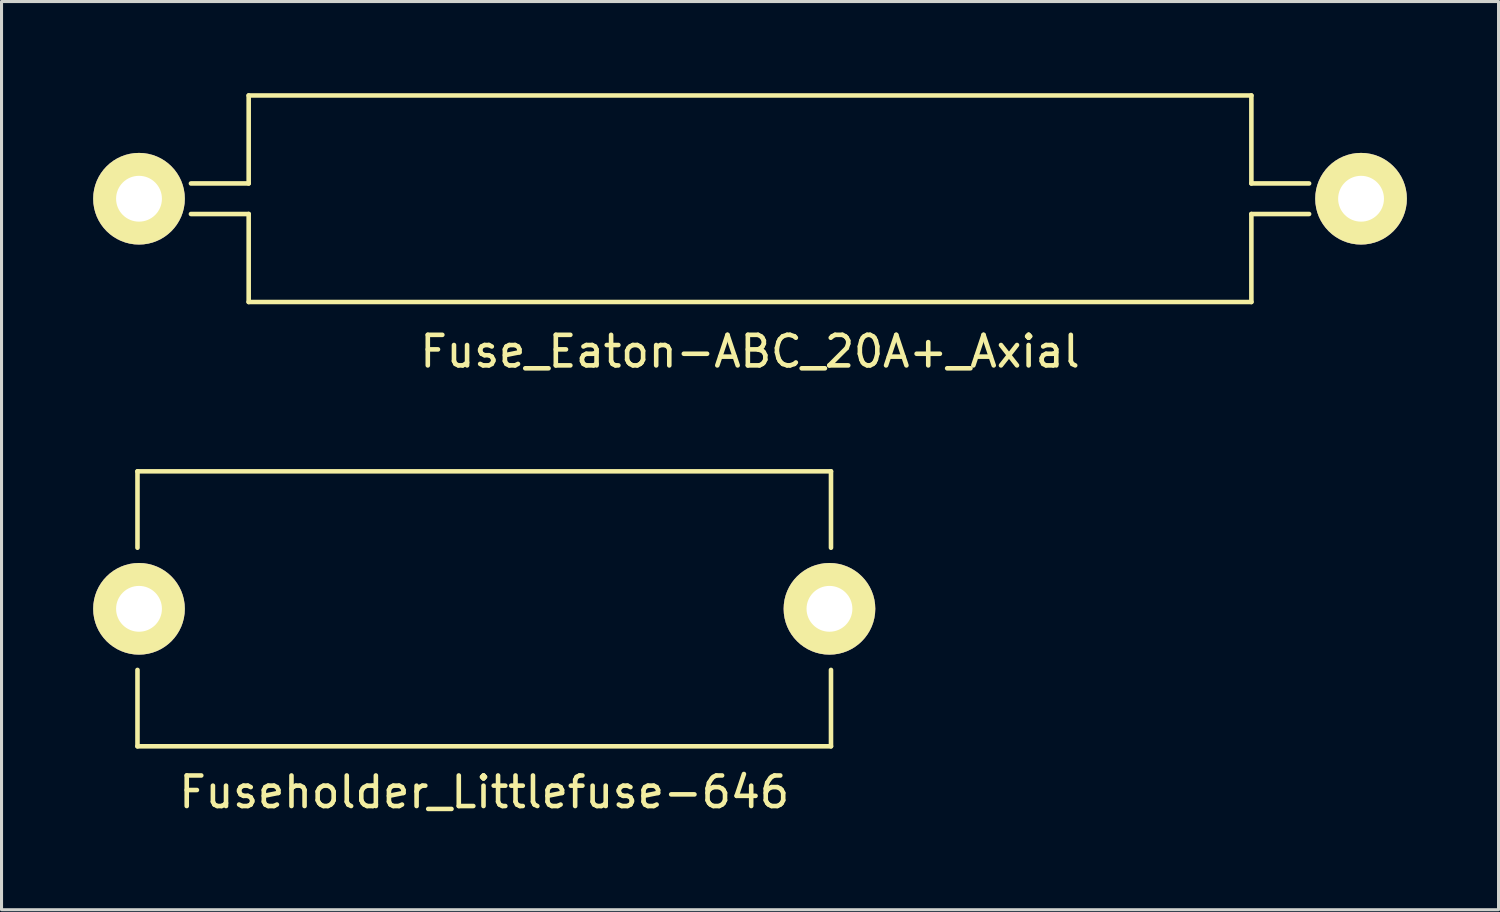
<source format=kicad_pcb>
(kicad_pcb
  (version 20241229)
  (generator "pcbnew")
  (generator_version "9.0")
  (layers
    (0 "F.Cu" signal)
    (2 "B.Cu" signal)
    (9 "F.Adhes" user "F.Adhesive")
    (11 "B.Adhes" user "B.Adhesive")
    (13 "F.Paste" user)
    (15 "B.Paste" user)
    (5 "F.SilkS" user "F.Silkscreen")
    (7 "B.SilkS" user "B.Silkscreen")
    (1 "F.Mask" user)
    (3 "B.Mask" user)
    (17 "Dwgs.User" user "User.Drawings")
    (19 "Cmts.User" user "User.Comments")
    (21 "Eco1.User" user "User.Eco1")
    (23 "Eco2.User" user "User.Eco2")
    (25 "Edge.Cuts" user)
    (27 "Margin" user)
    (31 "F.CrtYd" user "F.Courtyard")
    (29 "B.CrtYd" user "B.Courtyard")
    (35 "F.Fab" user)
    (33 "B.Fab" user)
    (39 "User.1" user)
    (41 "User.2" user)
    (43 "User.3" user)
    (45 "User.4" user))
  (footprint "Fuse_Eaton-ABC_20A+_Axial"
    (layer "F.Cu")
    (at 21.5 3.455)
    (property "Reference" "Fuse_Eaton-ABC_20A+_Axial" (at 0 5 0) (layer "F.SilkS") (effects (font (size 1 1) (thickness 0.15))))
    (attr through_hole)
    (fp_line (start -18.3 -0.5) (end -16.41 -0.5) (stroke (width 0.15) (type solid)) (layer "F.SilkS"))
    (fp_line (start -18.3 0.5) (end -16.41 0.5) (stroke (width 0.15) (type solid)) (layer "F.SilkS"))
    (fp_line (start -16.41 -3.38) (end -16.41 -0.5) (stroke (width 0.15) (type solid)) (layer "F.SilkS"))
    (fp_line (start -16.41 -3.38) (end 16.41 -3.38) (stroke (width 0.15) (type solid)) (layer "F.SilkS"))
    (fp_line (start -16.41 0.5) (end -16.41 3.38) (stroke (width 0.15) (type solid)) (layer "F.SilkS"))
    (fp_line (start -16.41 3.38) (end 16.41 3.38) (stroke (width 0.15) (type solid)) (layer "F.SilkS"))
    (fp_line (start 16.41 -3.38) (end 16.41 -0.5) (stroke (width 0.15) (type solid)) (layer "F.SilkS"))
    (fp_line (start 16.41 -0.5) (end 18.3 -0.5) (stroke (width 0.15) (type solid)) (layer "F.SilkS"))
    (fp_line (start 16.41 0.5) (end 16.41 3.38) (stroke (width 0.15) (type solid)) (layer "F.SilkS"))
    (fp_line (start 16.41 0.5) (end 18.3 0.5) (stroke (width 0.15) (type solid)) (layer "F.SilkS"))
    (pad "1" thru_hole circle (at -20 0) (size 3 3) (drill 1.5) (layers "*.Cu" "*.Mask" "F.SilkS"))
    (pad "2" thru_hole circle (at 20 0) (size 3 3) (drill 1.5) (layers "*.Cu" "*.Mask" "F.SilkS")))
  (footprint "Fuseholder_Littlefuse-646"
    (layer "F.Cu")
    (at 12.8 16.878)
    (property "Reference" "Fuseholder_Littlefuse-646" (at 0 6 0) (layer "F.SilkS") (effects (font (size 1 1) (thickness 0.15))))
    (attr through_hole)
    (fp_line (start -11.35 -4.5) (end -11.35 -2) (stroke (width 0.15) (type solid)) (layer "F.SilkS"))
    (fp_line (start -11.35 -4.5) (end 11.35 -4.5) (stroke (width 0.15) (type solid)) (layer "F.SilkS"))
    (fp_line (start -11.35 2) (end -11.35 4.5) (stroke (width 0.15) (type solid)) (layer "F.SilkS"))
    (fp_line (start -11.35 4.5) (end 11.35 4.5) (stroke (width 0.15) (type solid)) (layer "F.SilkS"))
    (fp_line (start 11.35 -4.5) (end 11.35 -2) (stroke (width 0.15) (type solid)) (layer "F.SilkS"))
    (fp_line (start 11.35 2) (end 11.35 4.5) (stroke (width 0.15) (type solid)) (layer "F.SilkS"))
    (pad "1" thru_hole circle (at -11.3 0) (size 3 3) (drill 1.5) (layers "*.Cu" "*.Mask" "F.SilkS"))
    (pad "2" thru_hole circle (at 11.3 0) (size 3 3) (drill 1.5) (layers "*.Cu" "*.Mask" "F.SilkS")))
  (gr_rect
    (start -3 -3)
    (end 46 26.727)
    (stroke (width 0.1) (type default))
    (fill no)
    (layer "Edge.Cuts")))
</source>
